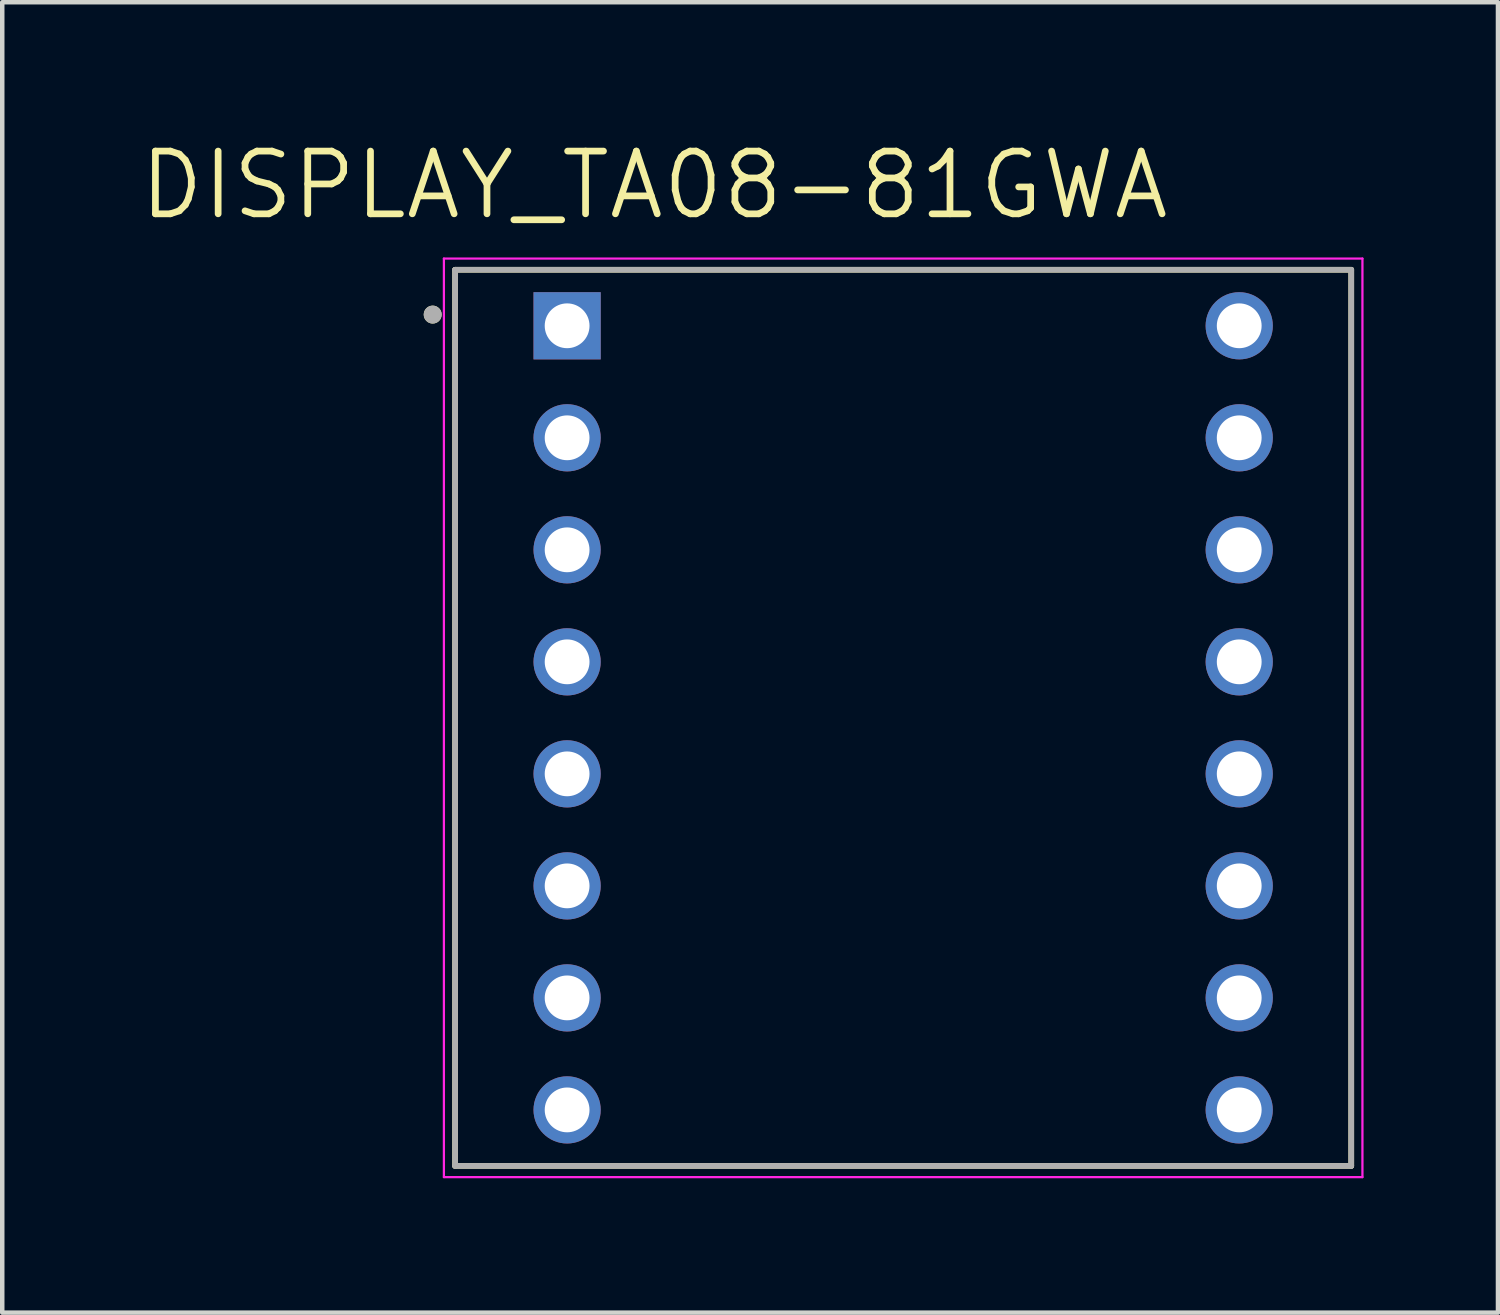
<source format=kicad_pcb>
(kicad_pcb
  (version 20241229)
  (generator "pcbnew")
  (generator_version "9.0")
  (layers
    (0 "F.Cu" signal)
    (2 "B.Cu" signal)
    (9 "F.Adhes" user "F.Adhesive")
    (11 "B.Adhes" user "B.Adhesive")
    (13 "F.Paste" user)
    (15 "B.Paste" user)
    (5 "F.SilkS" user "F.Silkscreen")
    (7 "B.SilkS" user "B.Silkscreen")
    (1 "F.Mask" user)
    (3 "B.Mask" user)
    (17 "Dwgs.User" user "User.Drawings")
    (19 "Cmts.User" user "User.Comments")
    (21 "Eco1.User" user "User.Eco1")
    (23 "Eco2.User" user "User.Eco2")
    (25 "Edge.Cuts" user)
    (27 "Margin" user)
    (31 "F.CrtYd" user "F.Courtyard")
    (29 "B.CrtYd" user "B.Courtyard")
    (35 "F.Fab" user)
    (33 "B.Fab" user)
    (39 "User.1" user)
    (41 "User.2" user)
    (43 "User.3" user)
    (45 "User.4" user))
  (footprint "DISPLAY_TA08-81GWA"
    (layer "F.Cu")
    (at 17.107 12.971)
    (property "Reference" "DISPLAY_TA08-81GWA" (at -5.555 -11.889 0) (layer "F.SilkS") (effects (font (size 1.4 1.4) (thickness 0.15))))
    (attr through_hole)
    (fp_line (start -10 -10) (end -10 10) (stroke (width 0.127) (type solid)) (layer "F.SilkS"))
    (fp_line (start -10 10) (end 10 10) (stroke (width 0.127) (type solid)) (layer "F.SilkS"))
    (fp_line (start 10 -10) (end -10 -10) (stroke (width 0.127) (type solid)) (layer "F.SilkS"))
    (fp_line (start 10 10) (end 10 -10) (stroke (width 0.127) (type solid)) (layer "F.SilkS"))
    (fp_circle (center -10.5 -9) (end -10.4 -9) (stroke (width 0.2) (type solid)) (fill no) (layer "F.SilkS"))
    (fp_line (start -10.25 -10.25) (end -10.25 10.25) (stroke (width 0.05) (type solid)) (layer "F.CrtYd"))
    (fp_line (start -10.25 10.25) (end 10.25 10.25) (stroke (width 0.05) (type solid)) (layer "F.CrtYd"))
    (fp_line (start 10.25 -10.25) (end -10.25 -10.25) (stroke (width 0.05) (type solid)) (layer "F.CrtYd"))
    (fp_line (start 10.25 10.25) (end 10.25 -10.25) (stroke (width 0.05) (type solid)) (layer "F.CrtYd"))
    (fp_line (start -10 -10) (end -10 10) (stroke (width 0.127) (type solid)) (layer "F.Fab"))
    (fp_line (start -10 10) (end 10 10) (stroke (width 0.127) (type solid)) (layer "F.Fab"))
    (fp_line (start 10 -10) (end -10 -10) (stroke (width 0.127) (type solid)) (layer "F.Fab"))
    (fp_line (start 10 10) (end 10 -10) (stroke (width 0.127) (type solid)) (layer "F.Fab"))
    (fp_circle (center -10.5 -9) (end -10.4 -9) (stroke (width 0.2) (type solid)) (fill no) (layer "F.Fab"))
    (pad "1" thru_hole rect (at -7.5 -8.75) (size 1.5 1.5) (drill 1) (layers "*.Cu" "*.Mask"))
    (pad "2" thru_hole circle (at -7.5 -6.25) (size 1.5 1.5) (drill 1) (layers "*.Cu" "*.Mask"))
    (pad "3" thru_hole circle (at -7.5 -3.75) (size 1.5 1.5) (drill 1) (layers "*.Cu" "*.Mask"))
    (pad "4" thru_hole circle (at -7.5 -1.25) (size 1.5 1.5) (drill 1) (layers "*.Cu" "*.Mask"))
    (pad "5" thru_hole circle (at -7.5 1.25) (size 1.5 1.5) (drill 1) (layers "*.Cu" "*.Mask"))
    (pad "6" thru_hole circle (at -7.5 3.75) (size 1.5 1.5) (drill 1) (layers "*.Cu" "*.Mask"))
    (pad "7" thru_hole circle (at -7.5 6.25) (size 1.5 1.5) (drill 1) (layers "*.Cu" "*.Mask"))
    (pad "8" thru_hole circle (at -7.5 8.75) (size 1.5 1.5) (drill 1) (layers "*.Cu" "*.Mask"))
    (pad "9" thru_hole circle (at 7.5 8.75) (size 1.5 1.5) (drill 1) (layers "*.Cu" "*.Mask"))
    (pad "10" thru_hole circle (at 7.5 6.25) (size 1.5 1.5) (drill 1) (layers "*.Cu" "*.Mask"))
    (pad "11" thru_hole circle (at 7.5 3.75) (size 1.5 1.5) (drill 1) (layers "*.Cu" "*.Mask"))
    (pad "12" thru_hole circle (at 7.5 1.25) (size 1.5 1.5) (drill 1) (layers "*.Cu" "*.Mask"))
    (pad "13" thru_hole circle (at 7.5 -1.25) (size 1.5 1.5) (drill 1) (layers "*.Cu" "*.Mask"))
    (pad "14" thru_hole circle (at 7.5 -3.75) (size 1.5 1.5) (drill 1) (layers "*.Cu" "*.Mask"))
    (pad "15" thru_hole circle (at 7.5 -6.25) (size 1.5 1.5) (drill 1) (layers "*.Cu" "*.Mask"))
    (pad "16" thru_hole circle (at 7.5 -8.75) (size 1.5 1.5) (drill 1) (layers "*.Cu" "*.Mask")))
  (gr_rect
    (start -3 -3)
    (end 30.382 26.246)
    (stroke (width 0.1) (type default))
    (fill no)
    (layer "Edge.Cuts")))
</source>
